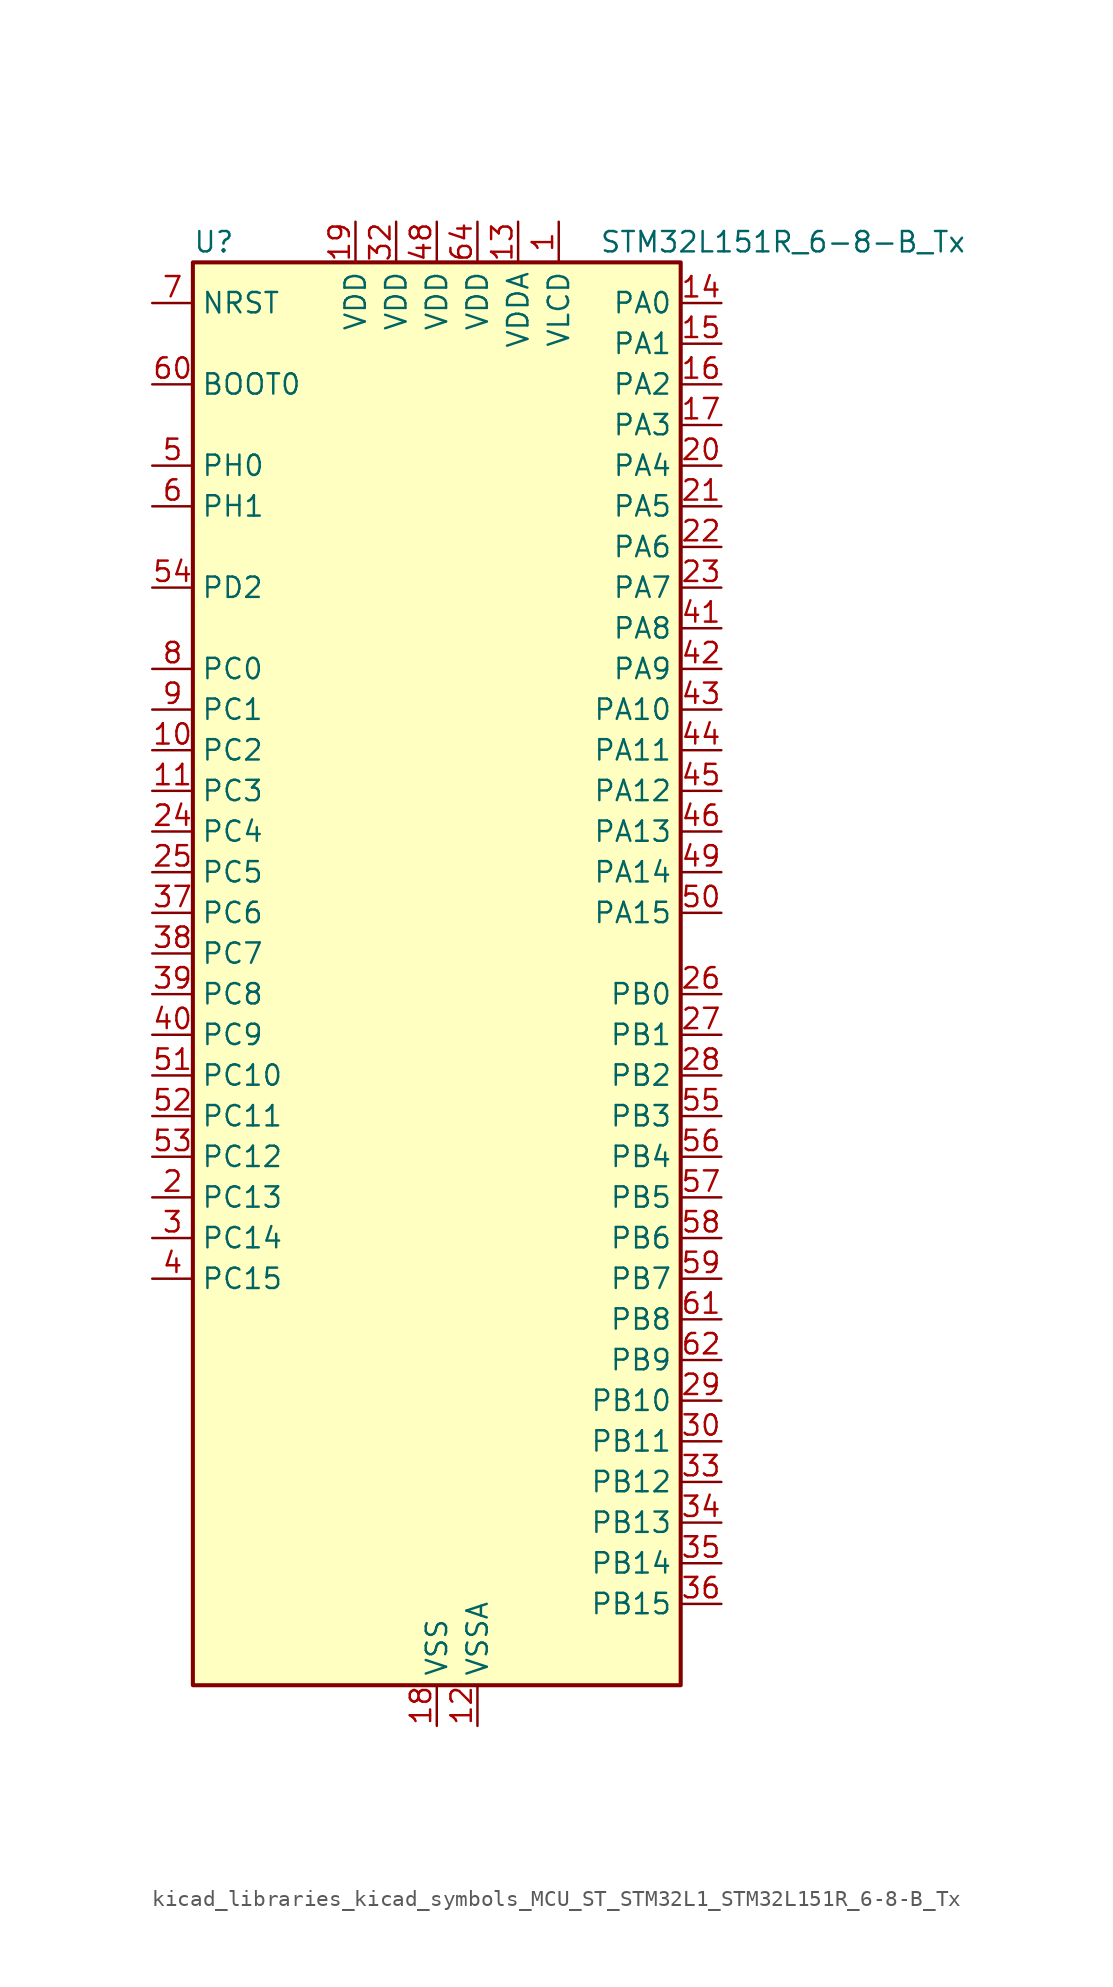
<source format=kicad_sym>
(kicad_symbol_lib
  (version 20220914)
  (generator kicad_symbol_editor)
  (symbol "kicad_libraries_kicad_symbols_MCU_ST_STM32L1_STM32L151R_6-8-B_Tx"
    (property "Reference" "U"
      (at -15.24 46.99 0)
      (effects (font (size 1.27 1.27)) (justify left)))
    (property "Value" "STM32L151R_6-8-B_Tx"
      (at 10.16 46.99 0)
      (effects (font (size 1.27 1.27)) (justify left)))
    (property "ki_locked" ""
      (at 0 0 0)
      (effects (font (size 1.27 1.27))))
    (symbol "kicad_libraries_kicad_symbols_MCU_ST_STM32L1_STM32L151R_6-8-B_Tx_0_1"
      (rectangle (start -15.24 -43.18) (end 15.24 45.72) (stroke (width 0.254) (type default)) (fill (type background))))
    (symbol "kicad_libraries_kicad_symbols_MCU_ST_STM32L1_STM32L151R_6-8-B_Tx_1_1"
      (pin power_in line (at 7.62 48.26 270) (length 2.54) (name "VLCD" (effects (font (size 1.27 1.27)))) (number "1" (effects (font (size 1.27 1.27)))))
      (pin bidirectional line (at -17.78 15.24 0) (length 2.54) (name "PC2" (effects (font (size 1.27 1.27)))) (number "10" (effects (font (size 1.27 1.27)))) (alternate "ADC_IN12" bidirectional line) (alternate "COMP1_INP" bidirectional line) (alternate "TIMX_IC3" bidirectional line) (alternate "TS_G8_IO3" bidirectional line))
      (pin bidirectional line (at -17.78 12.7 0) (length 2.54) (name "PC3" (effects (font (size 1.27 1.27)))) (number "11" (effects (font (size 1.27 1.27)))) (alternate "ADC_IN13" bidirectional line) (alternate "COMP1_INP" bidirectional line) (alternate "TIMX_IC4" bidirectional line) (alternate "TS_G8_IO4" bidirectional line))
      (pin power_in line (at 2.54 -45.72 90) (length 2.54) (name "VSSA" (effects (font (size 1.27 1.27)))) (number "12" (effects (font (size 1.27 1.27)))))
      (pin power_in line (at 5.08 48.26 270) (length 2.54) (name "VDDA" (effects (font (size 1.27 1.27)))) (number "13" (effects (font (size 1.27 1.27)))))
      (pin bidirectional line (at 17.78 43.18 180) (length 2.54) (name "PA0" (effects (font (size 1.27 1.27)))) (number "14" (effects (font (size 1.27 1.27)))) (alternate "ADC_IN0" bidirectional line) (alternate "COMP1_INP" bidirectional line) (alternate "SYS_WKUP1" bidirectional line) (alternate "TIM2_CH1" bidirectional line) (alternate "TIM2_ETR" bidirectional line) (alternate "TIMX_IC1" bidirectional line) (alternate "TS_G1_IO1" bidirectional line) (alternate "USART2_CTS" bidirectional line))
      (pin bidirectional line (at 17.78 40.64 180) (length 2.54) (name "PA1" (effects (font (size 1.27 1.27)))) (number "15" (effects (font (size 1.27 1.27)))) (alternate "ADC_IN1" bidirectional line) (alternate "COMP1_INP" bidirectional line) (alternate "TIM2_CH2" bidirectional line) (alternate "TIMX_IC2" bidirectional line) (alternate "TS_G1_IO2" bidirectional line) (alternate "USART2_RTS" bidirectional line))
      (pin bidirectional line (at 17.78 38.1 180) (length 2.54) (name "PA2" (effects (font (size 1.27 1.27)))) (number "16" (effects (font (size 1.27 1.27)))) (alternate "ADC_IN2" bidirectional line) (alternate "COMP1_INP" bidirectional line) (alternate "TIM2_CH3" bidirectional line) (alternate "TIM9_CH1" bidirectional line) (alternate "TIMX_IC3" bidirectional line) (alternate "TS_G1_IO3" bidirectional line) (alternate "USART2_TX" bidirectional line))
      (pin bidirectional line (at 17.78 35.56 180) (length 2.54) (name "PA3" (effects (font (size 1.27 1.27)))) (number "17" (effects (font (size 1.27 1.27)))) (alternate "ADC_IN3" bidirectional line) (alternate "COMP1_INP" bidirectional line) (alternate "TIM2_CH4" bidirectional line) (alternate "TIM9_CH2" bidirectional line) (alternate "TIMX_IC4" bidirectional line) (alternate "TS_G1_IO4" bidirectional line) (alternate "USART2_RX" bidirectional line))
      (pin power_in line (at 0 -45.72 90) (length 2.54) (name "VSS" (effects (font (size 1.27 1.27)))) (number "18" (effects (font (size 1.27 1.27)))))
      (pin power_in line (at -5.08 48.26 270) (length 2.54) (name "VDD" (effects (font (size 1.27 1.27)))) (number "19" (effects (font (size 1.27 1.27)))))
      (pin bidirectional line (at -17.78 -12.7 0) (length 2.54) (name "PC13" (effects (font (size 1.27 1.27)))) (number "2" (effects (font (size 1.27 1.27)))) (alternate "RTC_OUT_ALARM" bidirectional line) (alternate "RTC_OUT_CALIB" bidirectional line) (alternate "RTC_TAMP1" bidirectional line) (alternate "RTC_TS" bidirectional line) (alternate "SYS_WKUP2" bidirectional line) (alternate "TIMX_IC2" bidirectional line))
      (pin bidirectional line (at 17.78 33.02 180) (length 2.54) (name "PA4" (effects (font (size 1.27 1.27)))) (number "20" (effects (font (size 1.27 1.27)))) (alternate "ADC_IN4" bidirectional line) (alternate "COMP1_INP" bidirectional line) (alternate "DAC_OUT1" bidirectional line) (alternate "SPI1_NSS" bidirectional line) (alternate "TIMX_IC1" bidirectional line) (alternate "USART2_CK" bidirectional line))
      (pin bidirectional line (at 17.78 30.48 180) (length 2.54) (name "PA5" (effects (font (size 1.27 1.27)))) (number "21" (effects (font (size 1.27 1.27)))) (alternate "ADC_IN5" bidirectional line) (alternate "COMP1_INP" bidirectional line) (alternate "DAC_OUT2" bidirectional line) (alternate "SPI1_SCK" bidirectional line) (alternate "TIM2_CH1" bidirectional line) (alternate "TIM2_ETR" bidirectional line) (alternate "TIMX_IC2" bidirectional line))
      (pin bidirectional line (at 17.78 27.94 180) (length 2.54) (name "PA6" (effects (font (size 1.27 1.27)))) (number "22" (effects (font (size 1.27 1.27)))) (alternate "ADC_IN6" bidirectional line) (alternate "COMP1_INP" bidirectional line) (alternate "SPI1_MISO" bidirectional line) (alternate "TIM10_CH1" bidirectional line) (alternate "TIM3_CH1" bidirectional line) (alternate "TIMX_IC3" bidirectional line) (alternate "TS_G2_IO1" bidirectional line))
      (pin bidirectional line (at 17.78 25.4 180) (length 2.54) (name "PA7" (effects (font (size 1.27 1.27)))) (number "23" (effects (font (size 1.27 1.27)))) (alternate "ADC_IN7" bidirectional line) (alternate "COMP1_INP" bidirectional line) (alternate "SPI1_MOSI" bidirectional line) (alternate "TIM11_CH1" bidirectional line) (alternate "TIM3_CH2" bidirectional line) (alternate "TIMX_IC4" bidirectional line) (alternate "TS_G2_IO2" bidirectional line))
      (pin bidirectional line (at -17.78 10.16 0) (length 2.54) (name "PC4" (effects (font (size 1.27 1.27)))) (number "24" (effects (font (size 1.27 1.27)))) (alternate "ADC_IN14" bidirectional line) (alternate "COMP1_INP" bidirectional line) (alternate "TIMX_IC1" bidirectional line) (alternate "TS_G9_IO1" bidirectional line))
      (pin bidirectional line (at -17.78 7.62 0) (length 2.54) (name "PC5" (effects (font (size 1.27 1.27)))) (number "25" (effects (font (size 1.27 1.27)))) (alternate "ADC_IN15" bidirectional line) (alternate "COMP1_INP" bidirectional line) (alternate "TIMX_IC2" bidirectional line) (alternate "TS_G9_IO2" bidirectional line))
      (pin bidirectional line (at 17.78 0 180) (length 2.54) (name "PB0" (effects (font (size 1.27 1.27)))) (number "26" (effects (font (size 1.27 1.27)))) (alternate "ADC_IN8" bidirectional line) (alternate "COMP1_INP" bidirectional line) (alternate "SYS_V_REF_OUT" bidirectional line) (alternate "TIM3_CH3" bidirectional line) (alternate "TS_G3_IO1" bidirectional line))
      (pin bidirectional line (at 17.78 -2.54 180) (length 2.54) (name "PB1" (effects (font (size 1.27 1.27)))) (number "27" (effects (font (size 1.27 1.27)))) (alternate "ADC_IN9" bidirectional line) (alternate "COMP1_INP" bidirectional line) (alternate "SYS_V_REF_OUT" bidirectional line) (alternate "TIM3_CH4" bidirectional line) (alternate "TS_G3_IO2" bidirectional line))
      (pin bidirectional line (at 17.78 -5.08 180) (length 2.54) (name "PB2" (effects (font (size 1.27 1.27)))) (number "28" (effects (font (size 1.27 1.27)))))
      (pin bidirectional line (at 17.78 -25.4 180) (length 2.54) (name "PB10" (effects (font (size 1.27 1.27)))) (number "29" (effects (font (size 1.27 1.27)))) (alternate "I2C2_SCL" bidirectional line) (alternate "TIM2_CH3" bidirectional line) (alternate "USART3_TX" bidirectional line))
      (pin bidirectional line (at -17.78 -15.24 0) (length 2.54) (name "PC14" (effects (font (size 1.27 1.27)))) (number "3" (effects (font (size 1.27 1.27)))) (alternate "RCC_OSC32_IN" bidirectional line) (alternate "TIMX_IC3" bidirectional line))
      (pin bidirectional line (at 17.78 -27.94 180) (length 2.54) (name "PB11" (effects (font (size 1.27 1.27)))) (number "30" (effects (font (size 1.27 1.27)))) (alternate "ADC_EXTI11" bidirectional line) (alternate "I2C2_SDA" bidirectional line) (alternate "TIM2_CH4" bidirectional line) (alternate "USART3_RX" bidirectional line))
      (pin passive line (at 0 -45.72 90) (length 2.54) hide (name "VSS" (effects (font (size 1.27 1.27)))) (number "31" (effects (font (size 1.27 1.27)))))
      (pin power_in line (at -2.54 48.26 270) (length 2.54) (name "VDD" (effects (font (size 1.27 1.27)))) (number "32" (effects (font (size 1.27 1.27)))))
      (pin bidirectional line (at 17.78 -30.48 180) (length 2.54) (name "PB12" (effects (font (size 1.27 1.27)))) (number "33" (effects (font (size 1.27 1.27)))) (alternate "ADC_IN18" bidirectional line) (alternate "COMP1_INP" bidirectional line) (alternate "I2C2_SMBA" bidirectional line) (alternate "SPI2_NSS" bidirectional line) (alternate "TIM10_CH1" bidirectional line) (alternate "TS_G7_IO1" bidirectional line) (alternate "USART3_CK" bidirectional line))
      (pin bidirectional line (at 17.78 -33.02 180) (length 2.54) (name "PB13" (effects (font (size 1.27 1.27)))) (number "34" (effects (font (size 1.27 1.27)))) (alternate "ADC_IN19" bidirectional line) (alternate "COMP1_INP" bidirectional line) (alternate "SPI2_SCK" bidirectional line) (alternate "TIM9_CH1" bidirectional line) (alternate "TS_G7_IO2" bidirectional line) (alternate "USART3_CTS" bidirectional line))
      (pin bidirectional line (at 17.78 -35.56 180) (length 2.54) (name "PB14" (effects (font (size 1.27 1.27)))) (number "35" (effects (font (size 1.27 1.27)))) (alternate "ADC_IN20" bidirectional line) (alternate "COMP1_INP" bidirectional line) (alternate "SPI2_MISO" bidirectional line) (alternate "TIM9_CH2" bidirectional line) (alternate "TS_G7_IO3" bidirectional line) (alternate "USART3_RTS" bidirectional line))
      (pin bidirectional line (at 17.78 -38.1 180) (length 2.54) (name "PB15" (effects (font (size 1.27 1.27)))) (number "36" (effects (font (size 1.27 1.27)))) (alternate "ADC_EXTI15" bidirectional line) (alternate "ADC_IN21" bidirectional line) (alternate "COMP1_INP" bidirectional line) (alternate "RTC_REFIN" bidirectional line) (alternate "SPI2_MOSI" bidirectional line) (alternate "TIM11_CH1" bidirectional line) (alternate "TS_G7_IO4" bidirectional line))
      (pin bidirectional line (at -17.78 5.08 0) (length 2.54) (name "PC6" (effects (font (size 1.27 1.27)))) (number "37" (effects (font (size 1.27 1.27)))) (alternate "TIM3_CH1" bidirectional line) (alternate "TIMX_IC3" bidirectional line) (alternate "TS_G10_IO1" bidirectional line))
      (pin bidirectional line (at -17.78 2.54 0) (length 2.54) (name "PC7" (effects (font (size 1.27 1.27)))) (number "38" (effects (font (size 1.27 1.27)))) (alternate "TIM3_CH2" bidirectional line) (alternate "TIMX_IC4" bidirectional line) (alternate "TS_G10_IO2" bidirectional line))
      (pin bidirectional line (at -17.78 0 0) (length 2.54) (name "PC8" (effects (font (size 1.27 1.27)))) (number "39" (effects (font (size 1.27 1.27)))) (alternate "TIM3_CH3" bidirectional line) (alternate "TIMX_IC1" bidirectional line) (alternate "TS_G10_IO3" bidirectional line))
      (pin bidirectional line (at -17.78 -17.78 0) (length 2.54) (name "PC15" (effects (font (size 1.27 1.27)))) (number "4" (effects (font (size 1.27 1.27)))) (alternate "ADC_EXTI15" bidirectional line) (alternate "RCC_OSC32_OUT" bidirectional line) (alternate "TIMX_IC4" bidirectional line))
      (pin bidirectional line (at -17.78 -2.54 0) (length 2.54) (name "PC9" (effects (font (size 1.27 1.27)))) (number "40" (effects (font (size 1.27 1.27)))) (alternate "DAC_EXTI9" bidirectional line) (alternate "TIM3_CH4" bidirectional line) (alternate "TIMX_IC2" bidirectional line) (alternate "TS_G10_IO4" bidirectional line))
      (pin bidirectional line (at 17.78 22.86 180) (length 2.54) (name "PA8" (effects (font (size 1.27 1.27)))) (number "41" (effects (font (size 1.27 1.27)))) (alternate "RCC_MCO" bidirectional line) (alternate "TIMX_IC1" bidirectional line) (alternate "TS_G4_IO1" bidirectional line) (alternate "USART1_CK" bidirectional line))
      (pin bidirectional line (at 17.78 20.32 180) (length 2.54) (name "PA9" (effects (font (size 1.27 1.27)))) (number "42" (effects (font (size 1.27 1.27)))) (alternate "DAC_EXTI9" bidirectional line) (alternate "TIMX_IC2" bidirectional line) (alternate "TS_G4_IO2" bidirectional line) (alternate "USART1_TX" bidirectional line))
      (pin bidirectional line (at 17.78 17.78 180) (length 2.54) (name "PA10" (effects (font (size 1.27 1.27)))) (number "43" (effects (font (size 1.27 1.27)))) (alternate "TIMX_IC3" bidirectional line) (alternate "TS_G4_IO3" bidirectional line) (alternate "USART1_RX" bidirectional line))
      (pin bidirectional line (at 17.78 15.24 180) (length 2.54) (name "PA11" (effects (font (size 1.27 1.27)))) (number "44" (effects (font (size 1.27 1.27)))) (alternate "ADC_EXTI11" bidirectional line) (alternate "SPI1_MISO" bidirectional line) (alternate "TIMX_IC4" bidirectional line) (alternate "USART1_CTS" bidirectional line) (alternate "USB_DM" bidirectional line))
      (pin bidirectional line (at 17.78 12.7 180) (length 2.54) (name "PA12" (effects (font (size 1.27 1.27)))) (number "45" (effects (font (size 1.27 1.27)))) (alternate "SPI1_MOSI" bidirectional line) (alternate "TIMX_IC1" bidirectional line) (alternate "USART1_RTS" bidirectional line) (alternate "USB_DP" bidirectional line))
      (pin bidirectional line (at 17.78 10.16 180) (length 2.54) (name "PA13" (effects (font (size 1.27 1.27)))) (number "46" (effects (font (size 1.27 1.27)))) (alternate "SYS_JTMS-SWDIO" bidirectional line) (alternate "TIMX_IC2" bidirectional line) (alternate "TS_G5_IO1" bidirectional line))
      (pin passive line (at 0 -45.72 90) (length 2.54) hide (name "VSS" (effects (font (size 1.27 1.27)))) (number "47" (effects (font (size 1.27 1.27)))))
      (pin power_in line (at 0 48.26 270) (length 2.54) (name "VDD" (effects (font (size 1.27 1.27)))) (number "48" (effects (font (size 1.27 1.27)))))
      (pin bidirectional line (at 17.78 7.62 180) (length 2.54) (name "PA14" (effects (font (size 1.27 1.27)))) (number "49" (effects (font (size 1.27 1.27)))) (alternate "SYS_JTCK-SWCLK" bidirectional line) (alternate "TIMX_IC3" bidirectional line) (alternate "TS_G5_IO2" bidirectional line))
      (pin bidirectional line (at -17.78 33.02 0) (length 2.54) (name "PH0" (effects (font (size 1.27 1.27)))) (number "5" (effects (font (size 1.27 1.27)))) (alternate "RCC_OSC_IN" bidirectional line))
      (pin bidirectional line (at 17.78 5.08 180) (length 2.54) (name "PA15" (effects (font (size 1.27 1.27)))) (number "50" (effects (font (size 1.27 1.27)))) (alternate "ADC_EXTI15" bidirectional line) (alternate "SPI1_NSS" bidirectional line) (alternate "SYS_JTDI" bidirectional line) (alternate "TIM2_CH1" bidirectional line) (alternate "TIM2_ETR" bidirectional line) (alternate "TIMX_IC4" bidirectional line) (alternate "TS_G5_IO3" bidirectional line))
      (pin bidirectional line (at -17.78 -5.08 0) (length 2.54) (name "PC10" (effects (font (size 1.27 1.27)))) (number "51" (effects (font (size 1.27 1.27)))) (alternate "TIMX_IC3" bidirectional line) (alternate "USART3_TX" bidirectional line))
      (pin bidirectional line (at -17.78 -7.62 0) (length 2.54) (name "PC11" (effects (font (size 1.27 1.27)))) (number "52" (effects (font (size 1.27 1.27)))) (alternate "ADC_EXTI11" bidirectional line) (alternate "TIMX_IC4" bidirectional line) (alternate "USART3_RX" bidirectional line))
      (pin bidirectional line (at -17.78 -10.16 0) (length 2.54) (name "PC12" (effects (font (size 1.27 1.27)))) (number "53" (effects (font (size 1.27 1.27)))) (alternate "TIMX_IC1" bidirectional line) (alternate "USART3_CK" bidirectional line))
      (pin bidirectional line (at -17.78 25.4 0) (length 2.54) (name "PD2" (effects (font (size 1.27 1.27)))) (number "54" (effects (font (size 1.27 1.27)))) (alternate "TIM3_ETR" bidirectional line) (alternate "TIMX_IC3" bidirectional line))
      (pin bidirectional line (at 17.78 -7.62 180) (length 2.54) (name "PB3" (effects (font (size 1.27 1.27)))) (number "55" (effects (font (size 1.27 1.27)))) (alternate "COMP2_INM" bidirectional line) (alternate "SPI1_SCK" bidirectional line) (alternate "SYS_JTDO-TRACESWO" bidirectional line) (alternate "TIM2_CH2" bidirectional line))
      (pin bidirectional line (at 17.78 -10.16 180) (length 2.54) (name "PB4" (effects (font (size 1.27 1.27)))) (number "56" (effects (font (size 1.27 1.27)))) (alternate "COMP2_INP" bidirectional line) (alternate "SPI1_MISO" bidirectional line) (alternate "SYS_JTRST" bidirectional line) (alternate "TIM3_CH1" bidirectional line) (alternate "TS_G6_IO1" bidirectional line))
      (pin bidirectional line (at 17.78 -12.7 180) (length 2.54) (name "PB5" (effects (font (size 1.27 1.27)))) (number "57" (effects (font (size 1.27 1.27)))) (alternate "COMP2_INP" bidirectional line) (alternate "I2C1_SMBA" bidirectional line) (alternate "SPI1_MOSI" bidirectional line) (alternate "TIM3_CH2" bidirectional line) (alternate "TS_G6_IO2" bidirectional line))
      (pin bidirectional line (at 17.78 -15.24 180) (length 2.54) (name "PB6" (effects (font (size 1.27 1.27)))) (number "58" (effects (font (size 1.27 1.27)))) (alternate "I2C1_SCL" bidirectional line) (alternate "TIM4_CH1" bidirectional line) (alternate "USART1_TX" bidirectional line))
      (pin bidirectional line (at 17.78 -17.78 180) (length 2.54) (name "PB7" (effects (font (size 1.27 1.27)))) (number "59" (effects (font (size 1.27 1.27)))) (alternate "I2C1_SDA" bidirectional line) (alternate "SYS_PVD_IN" bidirectional line) (alternate "TIM4_CH2" bidirectional line) (alternate "USART1_RX" bidirectional line))
      (pin bidirectional line (at -17.78 30.48 0) (length 2.54) (name "PH1" (effects (font (size 1.27 1.27)))) (number "6" (effects (font (size 1.27 1.27)))) (alternate "RCC_OSC_OUT" bidirectional line))
      (pin input line (at -17.78 38.1 0) (length 2.54) (name "BOOT0" (effects (font (size 1.27 1.27)))) (number "60" (effects (font (size 1.27 1.27)))))
      (pin bidirectional line (at 17.78 -20.32 180) (length 2.54) (name "PB8" (effects (font (size 1.27 1.27)))) (number "61" (effects (font (size 1.27 1.27)))) (alternate "I2C1_SCL" bidirectional line) (alternate "TIM10_CH1" bidirectional line) (alternate "TIM4_CH3" bidirectional line))
      (pin bidirectional line (at 17.78 -22.86 180) (length 2.54) (name "PB9" (effects (font (size 1.27 1.27)))) (number "62" (effects (font (size 1.27 1.27)))) (alternate "DAC_EXTI9" bidirectional line) (alternate "I2C1_SDA" bidirectional line) (alternate "TIM11_CH1" bidirectional line) (alternate "TIM4_CH4" bidirectional line))
      (pin passive line (at 0 -45.72 90) (length 2.54) hide (name "VSS" (effects (font (size 1.27 1.27)))) (number "63" (effects (font (size 1.27 1.27)))))
      (pin power_in line (at 2.54 48.26 270) (length 2.54) (name "VDD" (effects (font (size 1.27 1.27)))) (number "64" (effects (font (size 1.27 1.27)))))
      (pin input line (at -17.78 43.18 0) (length 2.54) (name "NRST" (effects (font (size 1.27 1.27)))) (number "7" (effects (font (size 1.27 1.27)))))
      (pin bidirectional line (at -17.78 20.32 0) (length 2.54) (name "PC0" (effects (font (size 1.27 1.27)))) (number "8" (effects (font (size 1.27 1.27)))) (alternate "ADC_IN10" bidirectional line) (alternate "COMP1_INP" bidirectional line) (alternate "TIMX_IC1" bidirectional line) (alternate "TS_G8_IO1" bidirectional line))
      (pin bidirectional line (at -17.78 17.78 0) (length 2.54) (name "PC1" (effects (font (size 1.27 1.27)))) (number "9" (effects (font (size 1.27 1.27)))) (alternate "ADC_IN11" bidirectional line) (alternate "COMP1_INP" bidirectional line) (alternate "TIMX_IC2" bidirectional line) (alternate "TS_G8_IO2" bidirectional line)))))
</source>
